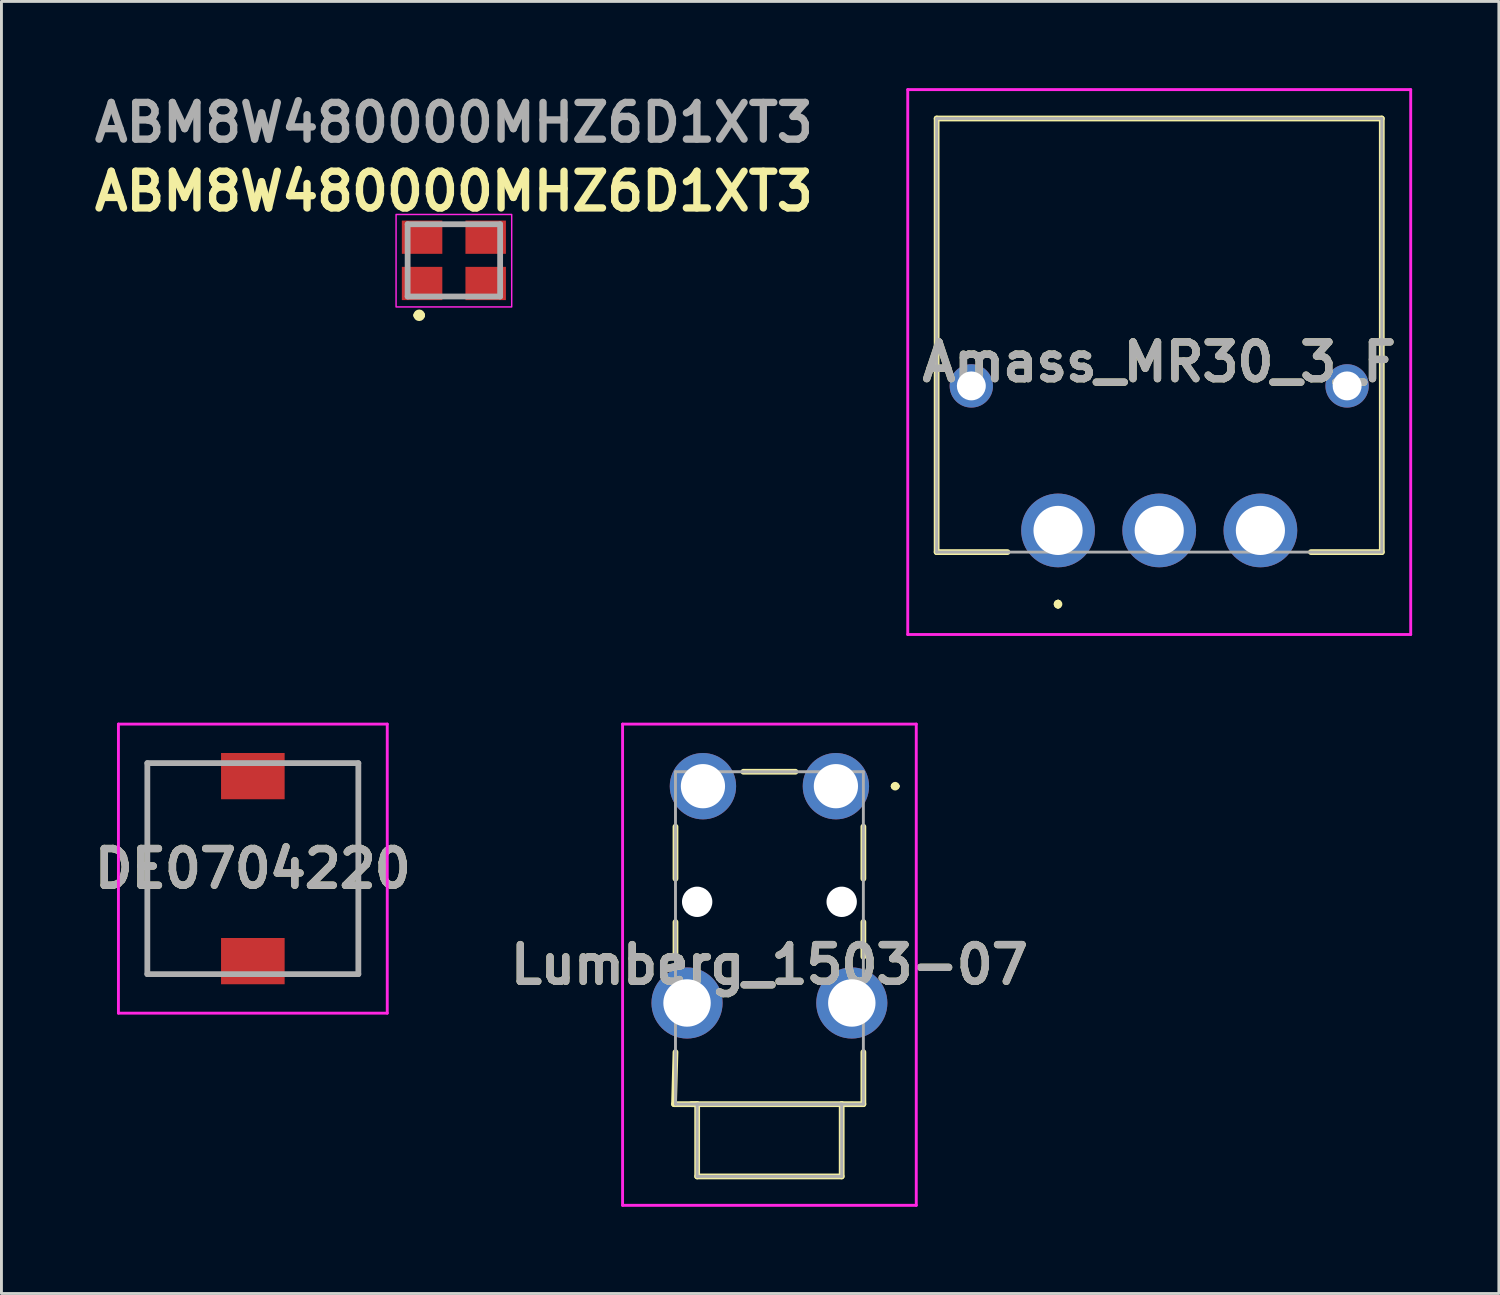
<source format=kicad_pcb>
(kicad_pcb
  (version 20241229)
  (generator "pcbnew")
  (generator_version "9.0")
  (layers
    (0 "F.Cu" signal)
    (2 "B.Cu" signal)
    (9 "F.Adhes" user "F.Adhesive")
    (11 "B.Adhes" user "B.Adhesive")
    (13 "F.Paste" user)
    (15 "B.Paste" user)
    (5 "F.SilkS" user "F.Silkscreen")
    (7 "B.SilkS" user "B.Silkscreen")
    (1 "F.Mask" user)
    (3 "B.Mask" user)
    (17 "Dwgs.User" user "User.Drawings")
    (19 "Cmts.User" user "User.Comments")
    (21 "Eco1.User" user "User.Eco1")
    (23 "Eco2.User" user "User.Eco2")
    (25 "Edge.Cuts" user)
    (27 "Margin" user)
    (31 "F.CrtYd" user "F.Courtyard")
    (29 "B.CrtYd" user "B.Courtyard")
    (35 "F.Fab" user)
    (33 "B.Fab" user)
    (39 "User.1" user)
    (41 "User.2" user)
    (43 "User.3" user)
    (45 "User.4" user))
  (footprint "Amass_MR30_3_F"
    (layer "F.Cu")
    (at 33.553 15.3)
    (property "Reference" "Amass_MR30_3_F" (at 3.5 -5.825 0) (layer "F.SilkS") (effects (font (size 1.27 1.27) (thickness 0.254))))
    (attr through_hole)
    (fp_line (start -4.2 -14.25) (end 11.2 -14.25) (stroke (width 0.2) (type solid)) (layer "F.SilkS"))
    (fp_line (start -4.2 0.75) (end -4.2 -14.25) (stroke (width 0.2) (type solid)) (layer "F.SilkS"))
    (fp_line (start -1.75 0.75) (end -4.2 0.75) (stroke (width 0.2) (type solid)) (layer "F.SilkS"))
    (fp_line (start 0 2.5) (end 0 2.5) (stroke (width 0.2) (type solid)) (layer "F.SilkS"))
    (fp_line (start 0 2.5) (end 0 2.5) (stroke (width 0.2) (type solid)) (layer "F.SilkS"))
    (fp_line (start 0 2.6) (end 0 2.6) (stroke (width 0.2) (type solid)) (layer "F.SilkS"))
    (fp_line (start 11.2 -14.25) (end 11.2 0.75) (stroke (width 0.2) (type solid)) (layer "F.SilkS"))
    (fp_line (start 11.2 0.75) (end 8.75 0.75) (stroke (width 0.2) (type solid)) (layer "F.SilkS"))
    (fp_arc (start 0 2.5) (mid 0.05 2.55) (end 0 2.6) (stroke (width 0.2) (type solid)) (layer "F.SilkS"))
    (fp_arc (start 0 2.6) (mid -0.05 2.55) (end 0 2.5) (stroke (width 0.2) (type solid)) (layer "F.SilkS"))
    (fp_arc (start 0 2.6) (mid -0.05 2.55) (end 0 2.5) (stroke (width 0.2) (type solid)) (layer "F.SilkS"))
    (fp_line (start -5.2 -15.25) (end 12.2 -15.25) (stroke (width 0.1) (type solid)) (layer "F.CrtYd"))
    (fp_line (start -5.2 3.6) (end -5.2 -15.25) (stroke (width 0.1) (type solid)) (layer "F.CrtYd"))
    (fp_line (start 12.2 -15.25) (end 12.2 3.6) (stroke (width 0.1) (type solid)) (layer "F.CrtYd"))
    (fp_line (start 12.2 3.6) (end -5.2 3.6) (stroke (width 0.1) (type solid)) (layer "F.CrtYd"))
    (fp_line (start -4.2 -14.25) (end 11.2 -14.25) (stroke (width 0.1) (type solid)) (layer "F.Fab"))
    (fp_line (start -4.2 0.75) (end -4.2 -14.25) (stroke (width 0.1) (type solid)) (layer "F.Fab"))
    (fp_line (start 11.2 -14.25) (end 11.2 0.75) (stroke (width 0.1) (type solid)) (layer "F.Fab"))
    (fp_line (start 11.2 0.75) (end -4.2 0.75) (stroke (width 0.1) (type solid)) (layer "F.Fab"))
    (fp_text user "${REFERENCE}" (at 3.5 -5.825 0) (layer "F.Fab") (effects (font (size 1.27 1.27) (thickness 0.254))))
    (pad "1" thru_hole circle (at 0 0) (size 2.55 2.55) (drill 1.7) (layers "*.Cu" "*.Mask"))
    (pad "2" thru_hole circle (at 3.5 0) (size 2.55 2.55) (drill 1.7) (layers "*.Cu" "*.Mask"))
    (pad "3" thru_hole circle (at 7 0) (size 2.55 2.55) (drill 1.7) (layers "*.Cu" "*.Mask"))
    (pad "MH1" thru_hole circle (at -3 -5) (size 1.5 1.5) (drill 1) (layers "*.Cu" "*.Mask"))
    (pad "MH2" thru_hole circle (at 10 -5) (size 1.5 1.5) (drill 1) (layers "*.Cu" "*.Mask")))
  (footprint "DE0704220"
    (layer "F.Cu")
    (at 5.697 27)
    (property "Reference" "DE0704220" (at 0 0 0) (layer "F.SilkS") (effects (font (size 1.27 1.27) (thickness 0.254))))
    (attr smd)
    (fp_line (start -3.65 -3.65) (end -3.65 3.65) (stroke (width 0.1) (type solid)) (layer "F.SilkS"))
    (fp_line (start -3.65 3.65) (end -2 3.65) (stroke (width 0.1) (type solid)) (layer "F.SilkS"))
    (fp_line (start -2 -3.65) (end -3.65 -3.65) (stroke (width 0.1) (type solid)) (layer "F.SilkS"))
    (fp_line (start 2 -3.65) (end 3.65 -3.65) (stroke (width 0.1) (type solid)) (layer "F.SilkS"))
    (fp_line (start 3.65 -3.65) (end 3.65 3.65) (stroke (width 0.1) (type solid)) (layer "F.SilkS"))
    (fp_line (start 3.65 3.65) (end 2 3.65) (stroke (width 0.1) (type solid)) (layer "F.SilkS"))
    (fp_line (start -4.65 -5) (end 4.65 -5) (stroke (width 0.1) (type solid)) (layer "F.CrtYd"))
    (fp_line (start -4.65 5) (end -4.65 -5) (stroke (width 0.1) (type solid)) (layer "F.CrtYd"))
    (fp_line (start 4.65 -5) (end 4.65 5) (stroke (width 0.1) (type solid)) (layer "F.CrtYd"))
    (fp_line (start 4.65 5) (end -4.65 5) (stroke (width 0.1) (type solid)) (layer "F.CrtYd"))
    (fp_line (start -3.65 -3.65) (end 3.65 -3.65) (stroke (width 0.2) (type solid)) (layer "F.Fab"))
    (fp_line (start -3.65 3.65) (end -3.65 -3.65) (stroke (width 0.2) (type solid)) (layer "F.Fab"))
    (fp_line (start 3.65 -3.65) (end 3.65 3.65) (stroke (width 0.2) (type solid)) (layer "F.Fab"))
    (fp_line (start 3.65 3.65) (end -3.65 3.65) (stroke (width 0.2) (type solid)) (layer "F.Fab"))
    (fp_text user "${REFERENCE}" (at 0 0 0) (layer "F.Fab") (effects (font (size 1.27 1.27) (thickness 0.254))))
    (pad "1" smd rect (at 0 3.2 90) (size 1.6 2.2) (layers "F.Cu" "F.Mask" "F.Paste"))
    (pad "2" smd rect (at 0 -3.2 90) (size 1.6 2.2) (layers "F.Cu" "F.Mask" "F.Paste")))
  (footprint "ABM8W480000MHZ6D1XT3"
    (layer "F.Cu")
    (at 12.652 6.269)
    (property "Reference" "ABM8W480000MHZ6D1XT3" (at 0 -2.7 0) (layer "F.SilkS") (effects (font (size 1.27 1.27) (thickness 0.254))))
    (attr smd)
    (fp_line (start -1.6 -0.413) (end -1.6 -0.212) (stroke (width 0.1) (type solid)) (layer "F.SilkS"))
    (fp_line (start -1.3 1.588) (end -1.3 1.588) (stroke (width 0.2) (type solid)) (layer "F.SilkS"))
    (fp_line (start -1.1 1.588) (end -1.1 1.588) (stroke (width 0.2) (type solid)) (layer "F.SilkS"))
    (fp_line (start -0.2 -1.562) (end 0.2 -1.562) (stroke (width 0.1) (type solid)) (layer "F.SilkS"))
    (fp_line (start -0.2 0.938) (end 0.2 0.938) (stroke (width 0.1) (type solid)) (layer "F.SilkS"))
    (fp_line (start 1.6 -0.413) (end 1.6 -0.212) (stroke (width 0.1) (type solid)) (layer "F.SilkS"))
    (fp_arc (start -1.3 1.588) (mid -1.2 1.488) (end -1.1 1.588) (stroke (width 0.2) (type solid)) (layer "F.SilkS"))
    (fp_arc (start -1.1 1.588) (mid -1.2 1.688) (end -1.3 1.588) (stroke (width 0.2) (type solid)) (layer "F.SilkS"))
    (fp_rect (start -2 -1.9) (end 2 1.3) (stroke (width 0.05) (type default)) (fill no) (layer "F.CrtYd"))
    (fp_line (start -1.6 -1.562) (end 1.6 -1.562) (stroke (width 0.2) (type solid)) (layer "F.Fab"))
    (fp_line (start -1.6 0.938) (end -1.6 -1.562) (stroke (width 0.2) (type solid)) (layer "F.Fab"))
    (fp_line (start 1.6 -1.562) (end 1.6 0.938) (stroke (width 0.2) (type solid)) (layer "F.Fab"))
    (fp_line (start 1.6 0.938) (end -1.6 0.938) (stroke (width 0.2) (type solid)) (layer "F.Fab"))
    (fp_text user "${REFERENCE}" (at 0 -5.08 0) (layer "F.Fab") (effects (font (size 1.27 1.27) (thickness 0.254))))
    (pad "1" smd rect (at -1.1 0.488 90) (size 1.15 1.4) (layers "F.Cu" "F.Mask" "F.Paste"))
    (pad "2" smd rect (at 1.1 0.488 90) (size 1.15 1.4) (layers "F.Cu" "F.Mask" "F.Paste"))
    (pad "3" smd rect (at 1.1 -1.113 90) (size 1.15 1.4) (layers "F.Cu" "F.Mask" "F.Paste"))
    (pad "4" smd rect (at -1.1 -1.113 90) (size 1.15 1.4) (layers "F.Cu" "F.Mask" "F.Paste")))
  (footprint "Lumberg_1503-07"
    (layer "F.Cu")
    (at 25.868 24.148)
    (property "Reference" "Lumberg_1503-07" (at -2.3 6.176 0) (layer "F.SilkS") (effects (font (size 1.27 1.27) (thickness 0.254))))
    (attr through_hole)
    (fp_line (start -5.6 11) (end -4.8 11) (stroke (width 0.2) (type solid)) (layer "F.SilkS"))
    (fp_line (start -5.55 1.4) (end -5.55 3.2) (stroke (width 0.2) (type solid)) (layer "F.SilkS"))
    (fp_line (start -5.55 4.7) (end -5.55 5.9) (stroke (width 0.2) (type solid)) (layer "F.SilkS"))
    (fp_line (start -5.55 9.2) (end -5.6 11) (stroke (width 0.2) (type solid)) (layer "F.SilkS"))
    (fp_line (start -5 11) (end 0.2 11) (stroke (width 0.2) (type solid)) (layer "F.SilkS"))
    (fp_line (start -4.8 11) (end -4.8 13.5) (stroke (width 0.2) (type solid)) (layer "F.SilkS"))
    (fp_line (start -4.8 13.5) (end 0.2 13.5) (stroke (width 0.2) (type solid)) (layer "F.SilkS"))
    (fp_line (start -3.2 -0.5) (end -1.4 -0.5) (stroke (width 0.2) (type solid)) (layer "F.SilkS"))
    (fp_line (start 0.2 11) (end 0.95 11) (stroke (width 0.2) (type solid)) (layer "F.SilkS"))
    (fp_line (start 0.2 13.5) (end 0.2 11) (stroke (width 0.2) (type solid)) (layer "F.SilkS"))
    (fp_line (start 0.95 3.2) (end 0.95 1.4) (stroke (width 0.2) (type solid)) (layer "F.SilkS"))
    (fp_line (start 0.95 5.9) (end 0.95 4.7) (stroke (width 0.2) (type solid)) (layer "F.SilkS"))
    (fp_line (start 0.95 11) (end 0.95 9.2) (stroke (width 0.2) (type solid)) (layer "F.SilkS"))
    (fp_line (start 2 0) (end 2 0) (stroke (width 0.2) (type solid)) (layer "F.SilkS"))
    (fp_line (start 2 0) (end 2.1 0) (stroke (width 0.2) (type solid)) (layer "F.SilkS"))
    (fp_line (start 2.1 0) (end 2.1 0) (stroke (width 0.2) (type solid)) (layer "F.SilkS"))
    (fp_arc (start 2 0) (mid 2.05 -0.05) (end 2.1 0) (stroke (width 0.2) (type solid)) (layer "F.SilkS"))
    (fp_arc (start 2.1 0) (mid 2.05 0.05) (end 2 0) (stroke (width 0.2) (type solid)) (layer "F.SilkS"))
    (fp_line (start -7.38 -2.148) (end 2.78 -2.148) (stroke (width 0.1) (type solid)) (layer "F.CrtYd"))
    (fp_line (start -7.38 14.5) (end -7.38 -2.148) (stroke (width 0.1) (type solid)) (layer "F.CrtYd"))
    (fp_line (start 2.78 -2.148) (end 2.78 14.5) (stroke (width 0.1) (type solid)) (layer "F.CrtYd"))
    (fp_line (start 2.78 14.5) (end -7.38 14.5) (stroke (width 0.1) (type solid)) (layer "F.CrtYd"))
    (fp_line (start -5.55 -0.5) (end -5.55 11) (stroke (width 0.1) (type solid)) (layer "F.Fab"))
    (fp_line (start -5.55 11) (end 0.95 11) (stroke (width 0.1) (type solid)) (layer "F.Fab"))
    (fp_line (start -4.8 11) (end 0.2 11) (stroke (width 0.1) (type solid)) (layer "F.Fab"))
    (fp_line (start -4.8 13.5) (end -4.8 11) (stroke (width 0.1) (type solid)) (layer "F.Fab"))
    (fp_line (start 0.2 11) (end 0.2 13.5) (stroke (width 0.1) (type solid)) (layer "F.Fab"))
    (fp_line (start 0.2 13.5) (end -4.8 13.5) (stroke (width 0.1) (type solid)) (layer "F.Fab"))
    (fp_line (start 0.95 -0.5) (end -5.55 -0.5) (stroke (width 0.1) (type solid)) (layer "F.Fab"))
    (fp_line (start 0.95 11) (end 0.95 -0.5) (stroke (width 0.1) (type solid)) (layer "F.Fab"))
    (fp_text user "${REFERENCE}" (at -2.3 6.176 0) (layer "F.Fab") (effects (font (size 1.27 1.27) (thickness 0.254))))
    (pad "" np_thru_hole circle (at -4.8 4) (size 1.05 1.05) (drill 1.05) (layers "*.Cu" "*.Mask"))
    (pad "" np_thru_hole circle (at 0.2 4) (size 1.05 1.05) (drill 1.05) (layers "*.Cu" "*.Mask"))
    (pad "1" thru_hole circle (at 0 0) (size 2.295 2.295) (drill 1.53) (layers "*.Cu" "*.Mask"))
    (pad "2" thru_hole circle (at 0.55 7.5) (size 2.46 2.46) (drill 1.64) (layers "*.Cu" "*.Mask"))
    (pad "3" thru_hole circle (at -4.6 0) (size 2.295 2.295) (drill 1.53) (layers "*.Cu" "*.Mask"))
    (pad "4" thru_hole circle (at -5.15 7.5) (size 2.46 2.46) (drill 1.64) (layers "*.Cu" "*.Mask")))
  (gr_rect
    (start -3 -3)
    (end 48.803 41.698)
    (stroke (width 0.1) (type default))
    (fill no)
    (layer "Edge.Cuts")))
</source>
